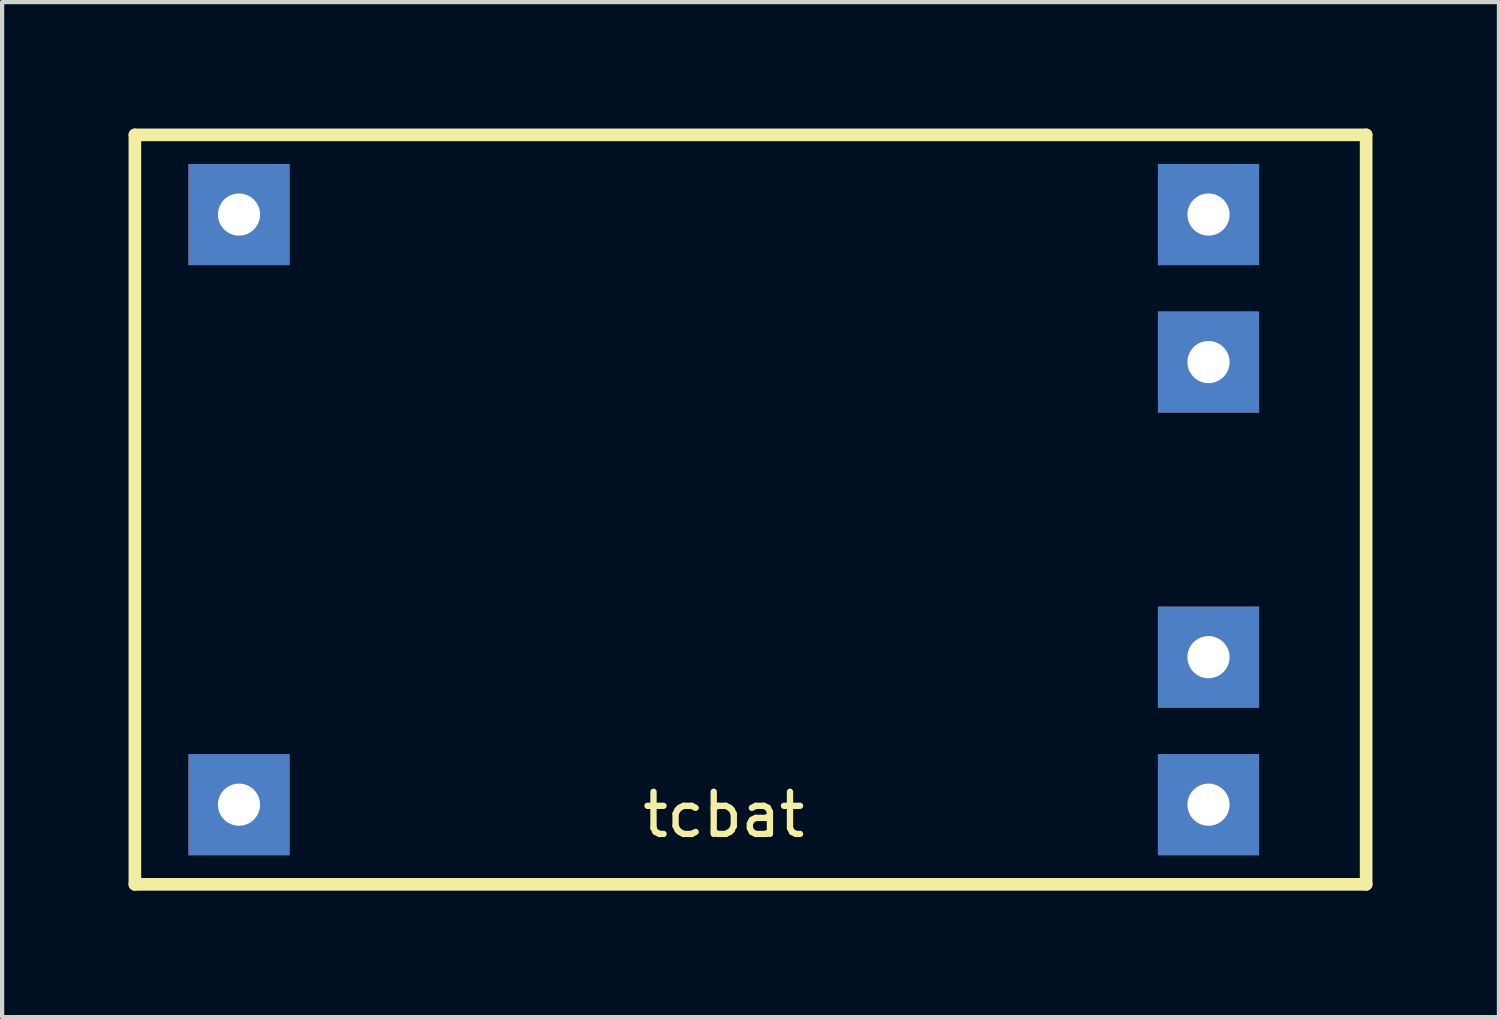
<source format=kicad_pcb>
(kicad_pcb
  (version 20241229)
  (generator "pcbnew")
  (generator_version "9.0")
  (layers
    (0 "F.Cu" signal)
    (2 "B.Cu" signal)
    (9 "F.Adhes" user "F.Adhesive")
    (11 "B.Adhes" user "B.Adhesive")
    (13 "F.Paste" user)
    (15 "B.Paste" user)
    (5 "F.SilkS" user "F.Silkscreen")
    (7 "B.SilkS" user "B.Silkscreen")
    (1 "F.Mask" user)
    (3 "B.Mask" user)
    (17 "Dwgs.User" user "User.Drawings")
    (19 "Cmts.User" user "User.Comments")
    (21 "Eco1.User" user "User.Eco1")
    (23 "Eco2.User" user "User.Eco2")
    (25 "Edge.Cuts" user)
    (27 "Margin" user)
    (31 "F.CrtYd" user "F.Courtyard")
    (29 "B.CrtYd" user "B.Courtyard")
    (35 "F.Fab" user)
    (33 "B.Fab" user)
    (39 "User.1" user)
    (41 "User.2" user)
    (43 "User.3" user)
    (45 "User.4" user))
  (footprint "tcbat"
    (layer "F.Cu")
    (at 14.12 9.04)
    (property "Reference" "tcbat" (at 0 7.239 0) (layer "F.SilkS") (effects (font (size 1 1) (thickness 0.15))))
    (attr through_hole)
    (fp_line (start -13.97 -8.89) (end -13.97 8.89) (stroke (width 0.3) (type solid)) (layer "F.SilkS"))
    (fp_line (start -13.97 8.89) (end 15.24 8.89) (stroke (width 0.3) (type solid)) (layer "F.SilkS"))
    (fp_line (start 15.24 -8.89) (end -13.97 -8.89) (stroke (width 0.3) (type solid)) (layer "F.SilkS"))
    (fp_line (start 15.24 8.89) (end 15.24 -8.89) (stroke (width 0.3) (type solid)) (layer "F.SilkS"))
    (pad "1" thru_hole rect (at -11.5 -7) (size 2.4 2.4) (drill 1) (layers "*.Cu" "*.Mask"))
    (pad "2" thru_hole rect (at -11.5 7) (size 2.4 2.4) (drill 1) (layers "*.Cu" "*.Mask"))
    (pad "3" thru_hole rect (at 11.5 -7) (size 2.4 2.4) (drill 1) (layers "*.Cu" "*.Mask"))
    (pad "4" thru_hole rect (at 11.5 -3.5) (size 2.4 2.4) (drill 1) (layers "*.Cu" "*.Mask"))
    (pad "5" thru_hole rect (at 11.5 3.5) (size 2.4 2.4) (drill 1) (layers "*.Cu" "*.Mask"))
    (pad "6" thru_hole rect (at 11.5 7) (size 2.4 2.4) (drill 1) (layers "*.Cu" "*.Mask")))
  (gr_rect
    (start -3 -3)
    (end 32.51 21.08)
    (stroke (width 0.1) (type default))
    (fill no)
    (layer "Edge.Cuts")))
</source>
